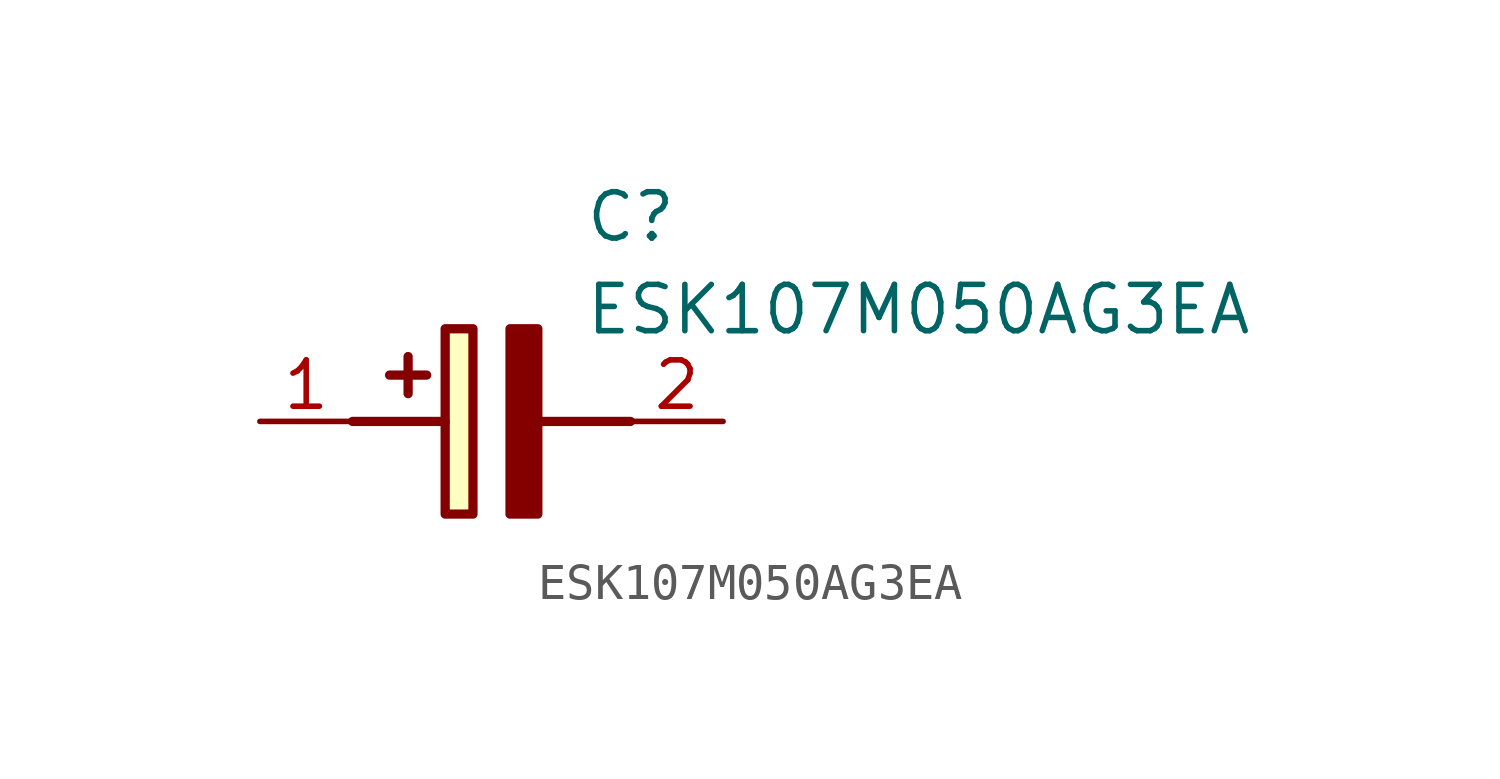
<source format=kicad_sym>
(kicad_symbol_lib
  (version 20211014)
  (generator SamacSys_ECAD_Model)
  (symbol "ESK107M050AG3EA"
    (pin_names hide)
    (property "Reference" "C"
      (at 8.89 6.35 0)
      (effects (font (size 1.27 1.27)) (justify left top)))
    (property "Value" "ESK107M050AG3EA"
      (at 8.89 3.81 0)
      (effects (font (size 1.27 1.27)) (justify left top)))
    (rectangle
      (start 5.08 2.54)
      (end 5.842 -2.54)
      (stroke (width 0.254) (type default))
      (fill (type background)))
    (polyline
      (pts (xy 4.572 1.27) (xy 3.556 1.27))
      (stroke (width 0.254) (type default))
      (fill (type none)))
    (polyline
      (pts (xy 4.064 1.778) (xy 4.064 0.762))
      (stroke (width 0.254) (type default))
      (fill (type none)))
    (polyline
      (pts (xy 2.54 0) (xy 5.08 0))
      (stroke (width 0.254) (type default))
      (fill (type none)))
    (polyline
      (pts (xy 7.62 0) (xy 10.16 0))
      (stroke (width 0.254) (type default))
      (fill (type none)))
    (polyline
      (pts (xy 7.62 2.54) (xy 7.62 -2.54) (xy 6.858 -2.54) (xy 6.858 2.54) (xy 7.62 2.54))
      (stroke (width 0.254) (type default))
      (fill (type outline)))
    (pin passive line
      (at 0 0 0)
      (length 2.54)
      (name "+" (effects (font (size 1.27 1.27))))
      (number "1" (effects (font (size 1.27 1.27)))))
    (pin passive line
      (at 12.7 0 180)
      (length 2.54)
      (name "-" (effects (font (size 1.27 1.27))))
      (number "2" (effects (font (size 1.27 1.27)))))))
</source>
